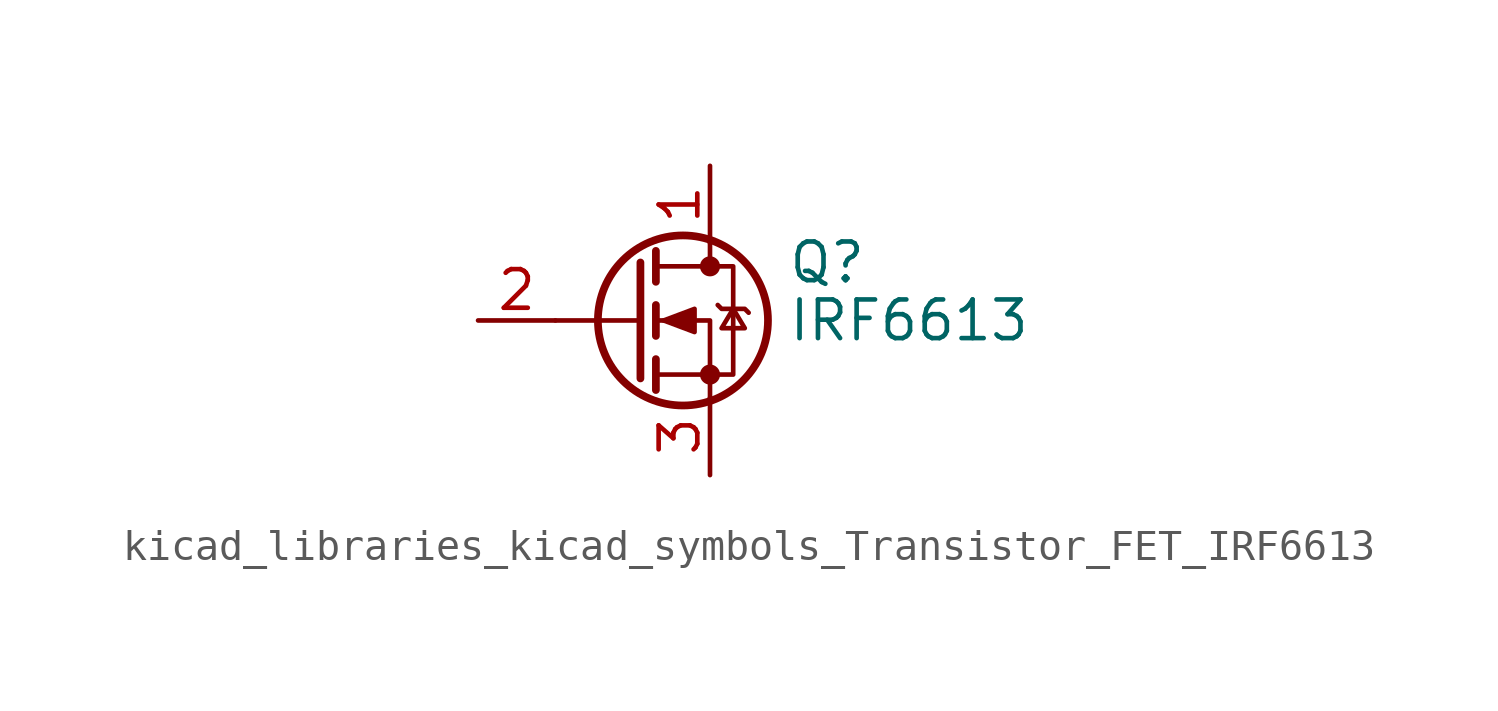
<source format=kicad_sym>
(kicad_symbol_lib
  (version 20220914)
  (generator kicad_symbol_editor)
  (symbol "kicad_libraries_kicad_symbols_Transistor_FET_IRF6613"
    (pin_names hide)
    (property "Reference" "Q"
      (at 5.08 1.905 0)
      (effects (font (size 1.27 1.27)) (justify left)))
    (property "Value" "IRF6613"
      (at 5.08 0 0)
      (effects (font (size 1.27 1.27)) (justify left)))
    (symbol "kicad_libraries_kicad_symbols_Transistor_FET_IRF6613_0_1"
      (polyline (pts (xy 0.254 0) (xy -2.54 0)) (stroke (width 0) (type default)) (fill (type none)))
      (polyline (pts (xy 0.254 1.905) (xy 0.254 -1.905)) (stroke (width 0.254) (type default)) (fill (type none)))
      (polyline (pts (xy 0.762 -1.27) (xy 0.762 -2.286)) (stroke (width 0.254) (type default)) (fill (type none)))
      (polyline (pts (xy 0.762 0.508) (xy 0.762 -0.508)) (stroke (width 0.254) (type default)) (fill (type none)))
      (polyline (pts (xy 0.762 2.286) (xy 0.762 1.27)) (stroke (width 0.254) (type default)) (fill (type none)))
      (polyline (pts (xy 2.54 2.54) (xy 2.54 1.778)) (stroke (width 0) (type default)) (fill (type none)))
      (polyline (pts (xy 2.54 -2.54) (xy 2.54 0) (xy 0.762 0)) (stroke (width 0) (type default)) (fill (type none)))
      (polyline (pts (xy 0.762 -1.778) (xy 3.302 -1.778) (xy 3.302 1.778) (xy 0.762 1.778)) (stroke (width 0) (type default)) (fill (type none)))
      (polyline (pts (xy 1.016 0) (xy 2.032 0.381) (xy 2.032 -0.381) (xy 1.016 0)) (stroke (width 0) (type default)) (fill (type outline)))
      (polyline (pts (xy 2.794 0.508) (xy 2.921 0.381) (xy 3.683 0.381) (xy 3.81 0.254)) (stroke (width 0) (type default)) (fill (type none)))
      (polyline (pts (xy 3.302 0.381) (xy 2.921 -0.254) (xy 3.683 -0.254) (xy 3.302 0.381)) (stroke (width 0) (type default)) (fill (type none)))
      (circle (center 1.651 0) (radius 2.794) (stroke (width 0.254) (type default)) (fill (type none)))
      (circle (center 2.54 -1.778) (radius 0.254) (stroke (width 0) (type default)) (fill (type outline)))
      (circle (center 2.54 1.778) (radius 0.254) (stroke (width 0) (type default)) (fill (type outline))))
    (symbol "kicad_libraries_kicad_symbols_Transistor_FET_IRF6613_1_1"
      (pin passive line (at 2.54 5.08 270) (length 2.54) (name "D" (effects (font (size 1.27 1.27)))) (number "1" (effects (font (size 1.27 1.27)))))
      (pin input line (at -5.08 0 0) (length 2.54) (name "G" (effects (font (size 1.27 1.27)))) (number "2" (effects (font (size 1.27 1.27)))))
      (pin passive line (at 2.54 -5.08 90) (length 2.54) (name "S" (effects (font (size 1.27 1.27)))) (number "3" (effects (font (size 1.27 1.27))))))))
</source>
